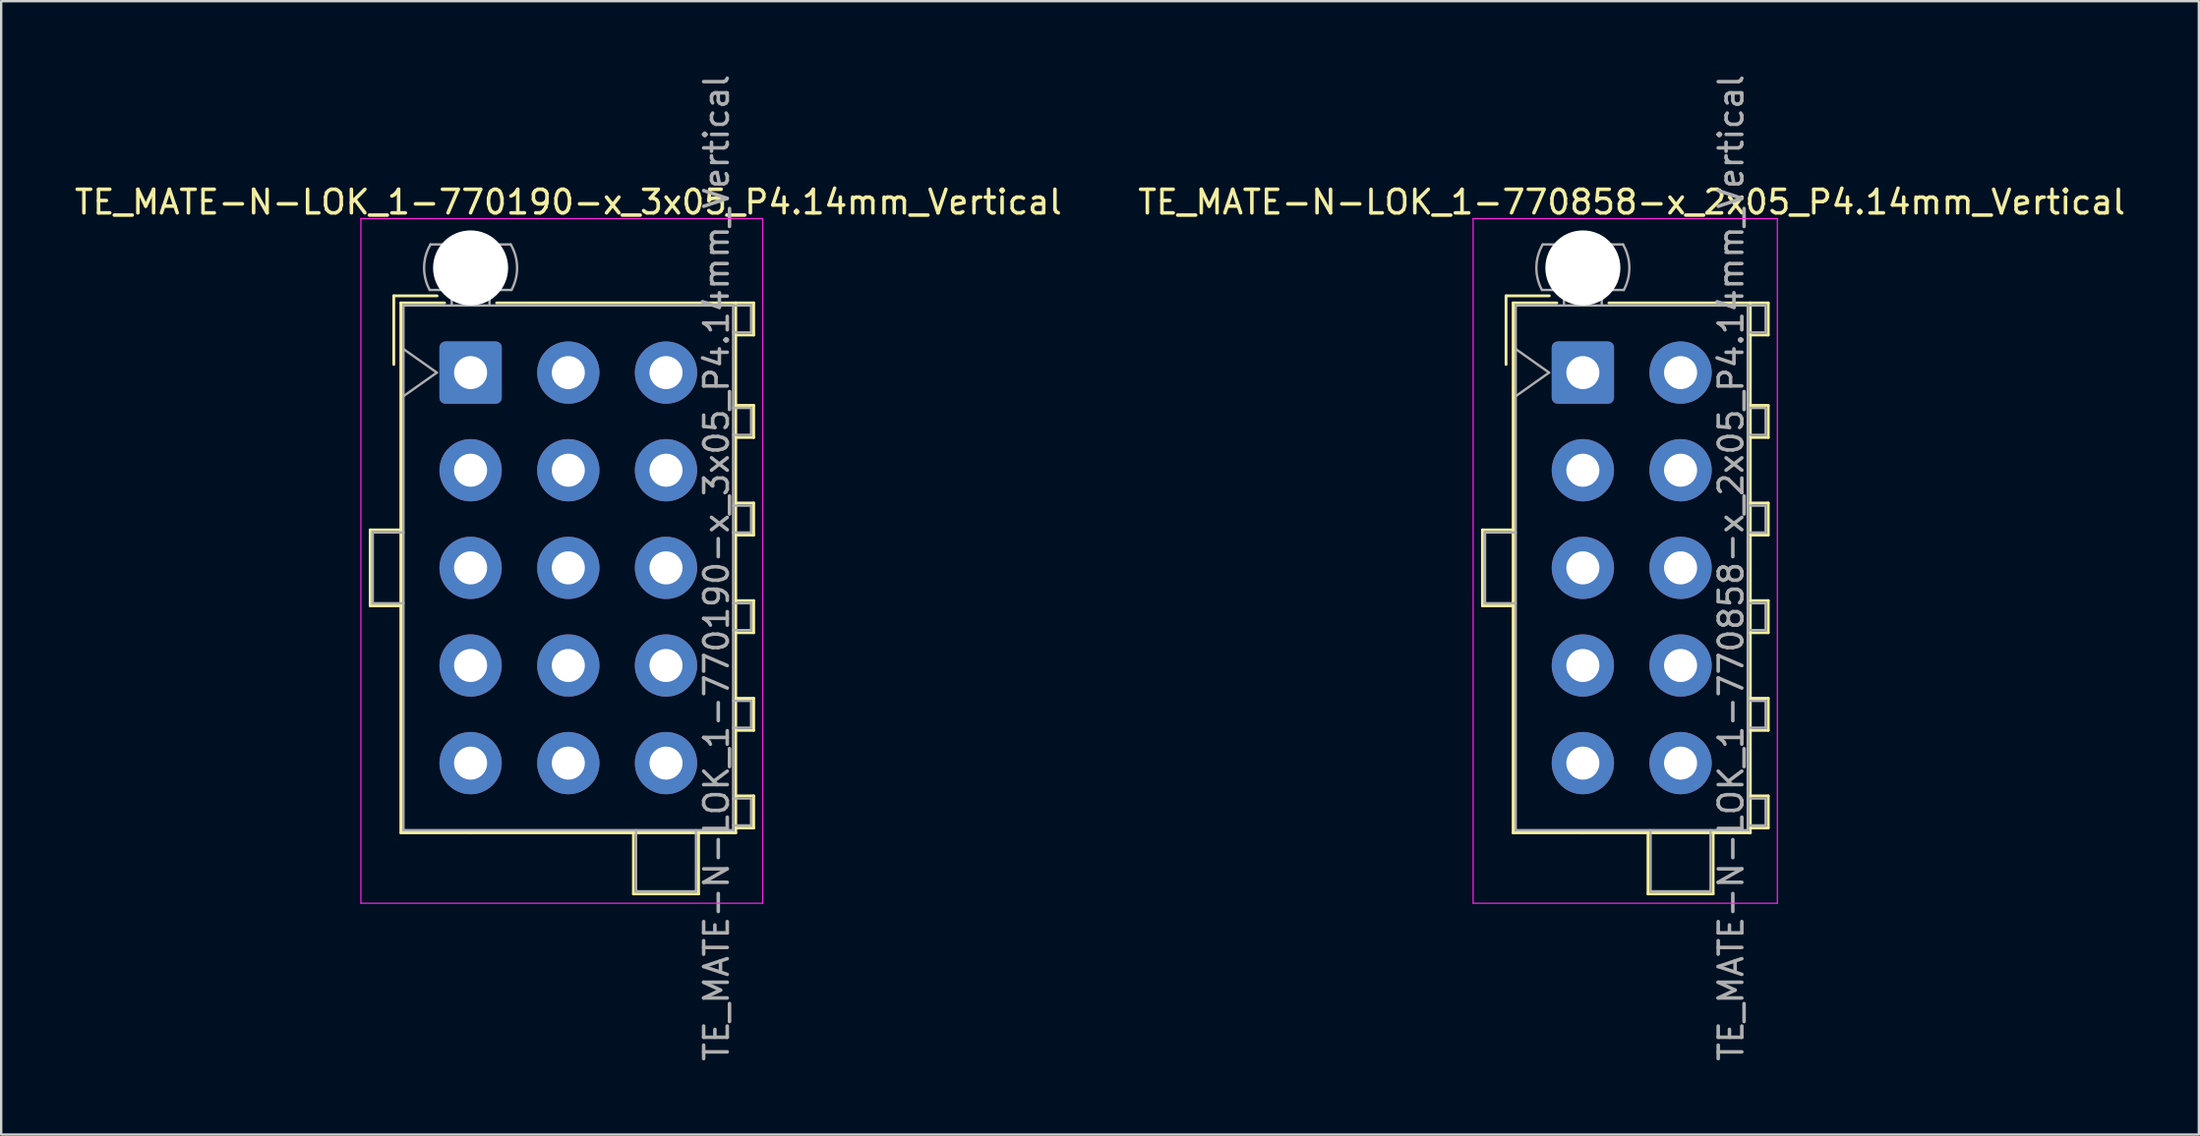
<source format=kicad_pcb>
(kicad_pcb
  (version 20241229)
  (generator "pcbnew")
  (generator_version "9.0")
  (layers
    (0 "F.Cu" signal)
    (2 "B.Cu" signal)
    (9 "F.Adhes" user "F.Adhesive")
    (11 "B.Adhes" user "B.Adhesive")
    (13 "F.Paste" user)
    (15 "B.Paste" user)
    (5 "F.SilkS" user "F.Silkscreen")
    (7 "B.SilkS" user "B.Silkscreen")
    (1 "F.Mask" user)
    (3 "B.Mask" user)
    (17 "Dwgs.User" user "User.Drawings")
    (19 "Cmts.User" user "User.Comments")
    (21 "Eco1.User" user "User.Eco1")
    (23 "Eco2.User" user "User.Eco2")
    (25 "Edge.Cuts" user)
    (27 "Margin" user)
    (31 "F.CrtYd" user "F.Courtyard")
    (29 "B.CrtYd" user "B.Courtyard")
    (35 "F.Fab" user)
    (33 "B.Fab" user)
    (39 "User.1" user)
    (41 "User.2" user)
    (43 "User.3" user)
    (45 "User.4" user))
  (footprint "TE_MATE-N-LOK_1-770858-x_2x05_P4.14mm_Vertical"
    (layer "F.Cu")
    (at 64.019 12.75)
    (property "Reference" "TE_MATE-N-LOK_1-770858-x_2x05_P4.14mm_Vertical" (at 2.07 -7.23 0) (layer "F.SilkS") (effects (font (size 1 1) (thickness 0.15))))
    (attr through_hole)
    (fp_line (start -4.255 6.67) (end -4.255 9.89) (stroke (width 0.12) (type solid)) (layer "F.SilkS"))
    (fp_line (start -4.255 9.89) (end -2.955 9.89) (stroke (width 0.12) (type solid)) (layer "F.SilkS"))
    (fp_line (start -3.255 -3.255) (end -3.255 -0.345) (stroke (width 0.12) (type solid)) (layer "F.SilkS"))
    (fp_line (start -2.955 -2.955) (end -2.955 19.515) (stroke (width 0.12) (type solid)) (layer "F.SilkS"))
    (fp_line (start -2.955 6.67) (end -4.255 6.67) (stroke (width 0.12) (type solid)) (layer "F.SilkS"))
    (fp_line (start -2.955 19.515) (end 0 19.515) (stroke (width 0.12) (type solid)) (layer "F.SilkS"))
    (fp_line (start -1.421 -3.255) (end -3.255 -3.255) (stroke (width 0.12) (type solid)) (layer "F.SilkS"))
    (fp_line (start -1.103 -2.955) (end -2.955 -2.955) (stroke (width 0.12) (type solid)) (layer "F.SilkS"))
    (fp_line (start 1.103 -2.955) (end 7.095 -2.955) (stroke (width 0.12) (type solid)) (layer "F.SilkS"))
    (fp_line (start 2.76 19.515) (end 2.76 22.106) (stroke (width 0.12) (type solid)) (layer "F.SilkS"))
    (fp_line (start 2.76 22.106) (end 5.52 22.106) (stroke (width 0.12) (type solid)) (layer "F.SilkS"))
    (fp_line (start 5.52 22.106) (end 5.52 19.515) (stroke (width 0.12) (type solid)) (layer "F.SilkS"))
    (fp_line (start 7.095 -2.955) (end 7.095 19.515) (stroke (width 0.12) (type solid)) (layer "F.SilkS"))
    (fp_line (start 7.095 -2.955) (end 7.855 -2.955) (stroke (width 0.12) (type solid)) (layer "F.SilkS"))
    (fp_line (start 7.095 1.39) (end 7.855 1.39) (stroke (width 0.12) (type solid)) (layer "F.SilkS"))
    (fp_line (start 7.095 5.53) (end 7.855 5.53) (stroke (width 0.12) (type solid)) (layer "F.SilkS"))
    (fp_line (start 7.095 9.67) (end 7.855 9.67) (stroke (width 0.12) (type solid)) (layer "F.SilkS"))
    (fp_line (start 7.095 13.81) (end 7.855 13.81) (stroke (width 0.12) (type solid)) (layer "F.SilkS"))
    (fp_line (start 7.095 17.95) (end 7.855 17.95) (stroke (width 0.12) (type solid)) (layer "F.SilkS"))
    (fp_line (start 7.095 19.515) (end 0 19.515) (stroke (width 0.12) (type solid)) (layer "F.SilkS"))
    (fp_line (start 7.855 -2.955) (end 7.855 -1.595) (stroke (width 0.12) (type solid)) (layer "F.SilkS"))
    (fp_line (start 7.855 -1.595) (end 7.095 -1.595) (stroke (width 0.12) (type solid)) (layer "F.SilkS"))
    (fp_line (start 7.855 1.39) (end 7.855 2.75) (stroke (width 0.12) (type solid)) (layer "F.SilkS"))
    (fp_line (start 7.855 2.75) (end 7.095 2.75) (stroke (width 0.12) (type solid)) (layer "F.SilkS"))
    (fp_line (start 7.855 5.53) (end 7.855 6.89) (stroke (width 0.12) (type solid)) (layer "F.SilkS"))
    (fp_line (start 7.855 6.89) (end 7.095 6.89) (stroke (width 0.12) (type solid)) (layer "F.SilkS"))
    (fp_line (start 7.855 9.67) (end 7.855 11.03) (stroke (width 0.12) (type solid)) (layer "F.SilkS"))
    (fp_line (start 7.855 11.03) (end 7.095 11.03) (stroke (width 0.12) (type solid)) (layer "F.SilkS"))
    (fp_line (start 7.855 13.81) (end 7.855 15.17) (stroke (width 0.12) (type solid)) (layer "F.SilkS"))
    (fp_line (start 7.855 15.17) (end 7.095 15.17) (stroke (width 0.12) (type solid)) (layer "F.SilkS"))
    (fp_line (start 7.855 17.95) (end 7.855 19.31) (stroke (width 0.12) (type solid)) (layer "F.SilkS"))
    (fp_line (start 7.855 19.31) (end 7.095 19.31) (stroke (width 0.12) (type solid)) (layer "F.SilkS"))
    (fp_line (start -4.65 -6.53) (end -4.65 22.5) (stroke (width 0.05) (type solid)) (layer "F.CrtYd"))
    (fp_line (start -4.65 22.5) (end 8.24 22.5) (stroke (width 0.05) (type solid)) (layer "F.CrtYd"))
    (fp_line (start 8.24 -6.53) (end -4.65 -6.53) (stroke (width 0.05) (type solid)) (layer "F.CrtYd"))
    (fp_line (start 8.24 22.5) (end 8.24 -6.53) (stroke (width 0.05) (type solid)) (layer "F.CrtYd"))
    (fp_line (start -4.145 6.78) (end -4.145 9.78) (stroke (width 0.1) (type solid)) (layer "F.Fab"))
    (fp_line (start -4.145 9.78) (end -2.845 9.78) (stroke (width 0.1) (type solid)) (layer "F.Fab"))
    (fp_line (start -2.845 -2.845) (end -2.845 19.405) (stroke (width 0.1) (type solid)) (layer "F.Fab"))
    (fp_line (start -2.845 -1) (end -1.431 0) (stroke (width 0.1) (type solid)) (layer "F.Fab"))
    (fp_line (start -2.845 6.78) (end -4.145 6.78) (stroke (width 0.1) (type solid)) (layer "F.Fab"))
    (fp_line (start -2.845 19.405) (end 6.985 19.405) (stroke (width 0.1) (type solid)) (layer "F.Fab"))
    (fp_line (start -1.431 0) (end -2.845 1) (stroke (width 0.1) (type solid)) (layer "F.Fab"))
    (fp_line (start -0.8 -2.845) (end -0.8 -3.505) (stroke (width 0.1) (type solid)) (layer "F.Fab"))
    (fp_line (start 0.8 -2.845) (end 0.8 -3.505) (stroke (width 0.1) (type solid)) (layer "F.Fab"))
    (fp_line (start 1.7 -5.436) (end -1.7 -5.436) (stroke (width 0.1) (type solid)) (layer "F.Fab"))
    (fp_line (start 1.734 -3.505) (end -1.734 -3.505) (stroke (width 0.1) (type solid)) (layer "F.Fab"))
    (fp_line (start 2.87 19.405) (end 2.87 21.996) (stroke (width 0.1) (type solid)) (layer "F.Fab"))
    (fp_line (start 2.87 21.996) (end 5.41 21.996) (stroke (width 0.1) (type solid)) (layer "F.Fab"))
    (fp_line (start 5.41 21.996) (end 5.41 19.405) (stroke (width 0.1) (type solid)) (layer "F.Fab"))
    (fp_line (start 6.985 -2.845) (end -2.845 -2.845) (stroke (width 0.1) (type solid)) (layer "F.Fab"))
    (fp_line (start 6.985 -2.845) (end 7.745 -2.845) (stroke (width 0.1) (type solid)) (layer "F.Fab"))
    (fp_line (start 6.985 1.5) (end 7.745 1.5) (stroke (width 0.1) (type solid)) (layer "F.Fab"))
    (fp_line (start 6.985 5.64) (end 7.745 5.64) (stroke (width 0.1) (type solid)) (layer "F.Fab"))
    (fp_line (start 6.985 9.78) (end 7.745 9.78) (stroke (width 0.1) (type solid)) (layer "F.Fab"))
    (fp_line (start 6.985 13.92) (end 7.745 13.92) (stroke (width 0.1) (type solid)) (layer "F.Fab"))
    (fp_line (start 6.985 18.06) (end 7.745 18.06) (stroke (width 0.1) (type solid)) (layer "F.Fab"))
    (fp_line (start 6.985 19.405) (end 6.985 -2.845) (stroke (width 0.1) (type solid)) (layer "F.Fab"))
    (fp_line (start 7.745 -2.845) (end 7.745 -1.705) (stroke (width 0.1) (type solid)) (layer "F.Fab"))
    (fp_line (start 7.745 -1.705) (end 6.985 -1.705) (stroke (width 0.1) (type solid)) (layer "F.Fab"))
    (fp_line (start 7.745 1.5) (end 7.745 2.64) (stroke (width 0.1) (type solid)) (layer "F.Fab"))
    (fp_line (start 7.745 2.64) (end 6.985 2.64) (stroke (width 0.1) (type solid)) (layer "F.Fab"))
    (fp_line (start 7.745 5.64) (end 7.745 6.78) (stroke (width 0.1) (type solid)) (layer "F.Fab"))
    (fp_line (start 7.745 6.78) (end 6.985 6.78) (stroke (width 0.1) (type solid)) (layer "F.Fab"))
    (fp_line (start 7.745 9.78) (end 7.745 10.92) (stroke (width 0.1) (type solid)) (layer "F.Fab"))
    (fp_line (start 7.745 10.92) (end 6.985 10.92) (stroke (width 0.1) (type solid)) (layer "F.Fab"))
    (fp_line (start 7.745 13.92) (end 7.745 15.06) (stroke (width 0.1) (type solid)) (layer "F.Fab"))
    (fp_line (start 7.745 15.06) (end 6.985 15.06) (stroke (width 0.1) (type solid)) (layer "F.Fab"))
    (fp_line (start 7.745 18.06) (end 7.745 19.2) (stroke (width 0.1) (type solid)) (layer "F.Fab"))
    (fp_line (start 7.745 19.2) (end 6.985 19.2) (stroke (width 0.1) (type solid)) (layer "F.Fab"))
    (fp_arc (start -1.733977 -3.505) (mid -1.96969 -4.474992) (end -1.699672 -5.436) (stroke (width 0.1) (type solid)) (layer "F.Fab"))
    (fp_arc (start 1.699672 -5.436) (mid 1.969689 -4.474992) (end 1.733977 -3.505) (stroke (width 0.1) (type solid)) (layer "F.Fab"))
    (fp_text user "${REFERENCE}" (at 6.28 8.28 90) (layer "F.Fab") (effects (font (size 1 1) (thickness 0.15))))
    (pad "" np_thru_hole circle (at 0 -4.44) (size 3.18 3.18) (drill 3.18) (layers "*.Cu" "*.Mask"))
    (pad "1" thru_hole roundrect (at 0 0) (size 2.64 2.64) (drill 1.4) (layers "*.Cu" "*.Mask") (roundrect_rratio 0.095))
    (pad "2" thru_hole circle (at 0 4.14) (size 2.64 2.64) (drill 1.4) (layers "*.Cu" "*.Mask"))
    (pad "3" thru_hole circle (at 0 8.28) (size 2.64 2.64) (drill 1.4) (layers "*.Cu" "*.Mask"))
    (pad "4" thru_hole circle (at 0 12.42) (size 2.64 2.64) (drill 1.4) (layers "*.Cu" "*.Mask"))
    (pad "5" thru_hole circle (at 0 16.56) (size 2.64 2.64) (drill 1.4) (layers "*.Cu" "*.Mask"))
    (pad "6" thru_hole circle (at 4.14 0) (size 2.64 2.64) (drill 1.4) (layers "*.Cu" "*.Mask"))
    (pad "7" thru_hole circle (at 4.14 4.14) (size 2.64 2.64) (drill 1.4) (layers "*.Cu" "*.Mask"))
    (pad "8" thru_hole circle (at 4.14 8.28) (size 2.64 2.64) (drill 1.4) (layers "*.Cu" "*.Mask"))
    (pad "9" thru_hole circle (at 4.14 12.42) (size 2.64 2.64) (drill 1.4) (layers "*.Cu" "*.Mask"))
    (pad "10" thru_hole circle (at 4.14 16.56) (size 2.64 2.64) (drill 1.4) (layers "*.Cu" "*.Mask")))
  (footprint "TE_MATE-N-LOK_1-770190-x_3x05_P4.14mm_Vertical"
    (layer "F.Cu")
    (at 16.89 12.75)
    (property "Reference" "TE_MATE-N-LOK_1-770190-x_3x05_P4.14mm_Vertical" (at 4.14 -7.23 0) (layer "F.SilkS") (effects (font (size 1 1) (thickness 0.15))))
    (attr through_hole)
    (fp_line (start -4.255 6.67) (end -4.255 9.89) (stroke (width 0.12) (type solid)) (layer "F.SilkS"))
    (fp_line (start -4.255 9.89) (end -2.955 9.89) (stroke (width 0.12) (type solid)) (layer "F.SilkS"))
    (fp_line (start -3.255 -3.255) (end -3.255 -0.345) (stroke (width 0.12) (type solid)) (layer "F.SilkS"))
    (fp_line (start -2.955 -2.955) (end -2.955 19.515) (stroke (width 0.12) (type solid)) (layer "F.SilkS"))
    (fp_line (start -2.955 6.67) (end -4.255 6.67) (stroke (width 0.12) (type solid)) (layer "F.SilkS"))
    (fp_line (start -2.955 19.515) (end 0 19.515) (stroke (width 0.12) (type solid)) (layer "F.SilkS"))
    (fp_line (start -1.421 -3.255) (end -3.255 -3.255) (stroke (width 0.12) (type solid)) (layer "F.SilkS"))
    (fp_line (start -1.103 -2.955) (end -2.955 -2.955) (stroke (width 0.12) (type solid)) (layer "F.SilkS"))
    (fp_line (start 1.103 -2.955) (end 11.235 -2.955) (stroke (width 0.12) (type solid)) (layer "F.SilkS"))
    (fp_line (start 6.9 19.515) (end 6.9 22.106) (stroke (width 0.12) (type solid)) (layer "F.SilkS"))
    (fp_line (start 6.9 22.106) (end 9.66 22.106) (stroke (width 0.12) (type solid)) (layer "F.SilkS"))
    (fp_line (start 9.66 22.106) (end 9.66 19.515) (stroke (width 0.12) (type solid)) (layer "F.SilkS"))
    (fp_line (start 11.235 -2.955) (end 11.235 19.515) (stroke (width 0.12) (type solid)) (layer "F.SilkS"))
    (fp_line (start 11.235 -2.955) (end 11.995 -2.955) (stroke (width 0.12) (type solid)) (layer "F.SilkS"))
    (fp_line (start 11.235 1.39) (end 11.995 1.39) (stroke (width 0.12) (type solid)) (layer "F.SilkS"))
    (fp_line (start 11.235 5.53) (end 11.995 5.53) (stroke (width 0.12) (type solid)) (layer "F.SilkS"))
    (fp_line (start 11.235 9.67) (end 11.995 9.67) (stroke (width 0.12) (type solid)) (layer "F.SilkS"))
    (fp_line (start 11.235 13.81) (end 11.995 13.81) (stroke (width 0.12) (type solid)) (layer "F.SilkS"))
    (fp_line (start 11.235 17.95) (end 11.995 17.95) (stroke (width 0.12) (type solid)) (layer "F.SilkS"))
    (fp_line (start 11.235 19.515) (end 0 19.515) (stroke (width 0.12) (type solid)) (layer "F.SilkS"))
    (fp_line (start 11.995 -2.955) (end 11.995 -1.595) (stroke (width 0.12) (type solid)) (layer "F.SilkS"))
    (fp_line (start 11.995 -1.595) (end 11.235 -1.595) (stroke (width 0.12) (type solid)) (layer "F.SilkS"))
    (fp_line (start 11.995 1.39) (end 11.995 2.75) (stroke (width 0.12) (type solid)) (layer "F.SilkS"))
    (fp_line (start 11.995 2.75) (end 11.235 2.75) (stroke (width 0.12) (type solid)) (layer "F.SilkS"))
    (fp_line (start 11.995 5.53) (end 11.995 6.89) (stroke (width 0.12) (type solid)) (layer "F.SilkS"))
    (fp_line (start 11.995 6.89) (end 11.235 6.89) (stroke (width 0.12) (type solid)) (layer "F.SilkS"))
    (fp_line (start 11.995 9.67) (end 11.995 11.03) (stroke (width 0.12) (type solid)) (layer "F.SilkS"))
    (fp_line (start 11.995 11.03) (end 11.235 11.03) (stroke (width 0.12) (type solid)) (layer "F.SilkS"))
    (fp_line (start 11.995 13.81) (end 11.995 15.17) (stroke (width 0.12) (type solid)) (layer "F.SilkS"))
    (fp_line (start 11.995 15.17) (end 11.235 15.17) (stroke (width 0.12) (type solid)) (layer "F.SilkS"))
    (fp_line (start 11.995 17.95) (end 11.995 19.31) (stroke (width 0.12) (type solid)) (layer "F.SilkS"))
    (fp_line (start 11.995 19.31) (end 11.235 19.31) (stroke (width 0.12) (type solid)) (layer "F.SilkS"))
    (fp_line (start -4.65 -6.53) (end -4.65 22.5) (stroke (width 0.05) (type solid)) (layer "F.CrtYd"))
    (fp_line (start -4.65 22.5) (end 12.38 22.5) (stroke (width 0.05) (type solid)) (layer "F.CrtYd"))
    (fp_line (start 12.38 -6.53) (end -4.65 -6.53) (stroke (width 0.05) (type solid)) (layer "F.CrtYd"))
    (fp_line (start 12.38 22.5) (end 12.38 -6.53) (stroke (width 0.05) (type solid)) (layer "F.CrtYd"))
    (fp_line (start -4.145 6.78) (end -4.145 9.78) (stroke (width 0.1) (type solid)) (layer "F.Fab"))
    (fp_line (start -4.145 9.78) (end -2.845 9.78) (stroke (width 0.1) (type solid)) (layer "F.Fab"))
    (fp_line (start -2.845 -2.845) (end -2.845 19.405) (stroke (width 0.1) (type solid)) (layer "F.Fab"))
    (fp_line (start -2.845 -1) (end -1.431 0) (stroke (width 0.1) (type solid)) (layer "F.Fab"))
    (fp_line (start -2.845 6.78) (end -4.145 6.78) (stroke (width 0.1) (type solid)) (layer "F.Fab"))
    (fp_line (start -2.845 19.405) (end 11.125 19.405) (stroke (width 0.1) (type solid)) (layer "F.Fab"))
    (fp_line (start -1.431 0) (end -2.845 1) (stroke (width 0.1) (type solid)) (layer "F.Fab"))
    (fp_line (start -0.8 -2.845) (end -0.8 -3.505) (stroke (width 0.1) (type solid)) (layer "F.Fab"))
    (fp_line (start 0.8 -2.845) (end 0.8 -3.505) (stroke (width 0.1) (type solid)) (layer "F.Fab"))
    (fp_line (start 1.7 -5.436) (end -1.7 -5.436) (stroke (width 0.1) (type solid)) (layer "F.Fab"))
    (fp_line (start 1.734 -3.505) (end -1.734 -3.505) (stroke (width 0.1) (type solid)) (layer "F.Fab"))
    (fp_line (start 7.01 19.405) (end 7.01 21.996) (stroke (width 0.1) (type solid)) (layer "F.Fab"))
    (fp_line (start 7.01 21.996) (end 9.55 21.996) (stroke (width 0.1) (type solid)) (layer "F.Fab"))
    (fp_line (start 9.55 21.996) (end 9.55 19.405) (stroke (width 0.1) (type solid)) (layer "F.Fab"))
    (fp_line (start 11.125 -2.845) (end -2.845 -2.845) (stroke (width 0.1) (type solid)) (layer "F.Fab"))
    (fp_line (start 11.125 -2.845) (end 11.885 -2.845) (stroke (width 0.1) (type solid)) (layer "F.Fab"))
    (fp_line (start 11.125 1.5) (end 11.885 1.5) (stroke (width 0.1) (type solid)) (layer "F.Fab"))
    (fp_line (start 11.125 5.64) (end 11.885 5.64) (stroke (width 0.1) (type solid)) (layer "F.Fab"))
    (fp_line (start 11.125 9.78) (end 11.885 9.78) (stroke (width 0.1) (type solid)) (layer "F.Fab"))
    (fp_line (start 11.125 13.92) (end 11.885 13.92) (stroke (width 0.1) (type solid)) (layer "F.Fab"))
    (fp_line (start 11.125 18.06) (end 11.885 18.06) (stroke (width 0.1) (type solid)) (layer "F.Fab"))
    (fp_line (start 11.125 19.405) (end 11.125 -2.845) (stroke (width 0.1) (type solid)) (layer "F.Fab"))
    (fp_line (start 11.885 -2.845) (end 11.885 -1.705) (stroke (width 0.1) (type solid)) (layer "F.Fab"))
    (fp_line (start 11.885 -1.705) (end 11.125 -1.705) (stroke (width 0.1) (type solid)) (layer "F.Fab"))
    (fp_line (start 11.885 1.5) (end 11.885 2.64) (stroke (width 0.1) (type solid)) (layer "F.Fab"))
    (fp_line (start 11.885 2.64) (end 11.125 2.64) (stroke (width 0.1) (type solid)) (layer "F.Fab"))
    (fp_line (start 11.885 5.64) (end 11.885 6.78) (stroke (width 0.1) (type solid)) (layer "F.Fab"))
    (fp_line (start 11.885 6.78) (end 11.125 6.78) (stroke (width 0.1) (type solid)) (layer "F.Fab"))
    (fp_line (start 11.885 9.78) (end 11.885 10.92) (stroke (width 0.1) (type solid)) (layer "F.Fab"))
    (fp_line (start 11.885 10.92) (end 11.125 10.92) (stroke (width 0.1) (type solid)) (layer "F.Fab"))
    (fp_line (start 11.885 13.92) (end 11.885 15.06) (stroke (width 0.1) (type solid)) (layer "F.Fab"))
    (fp_line (start 11.885 15.06) (end 11.125 15.06) (stroke (width 0.1) (type solid)) (layer "F.Fab"))
    (fp_line (start 11.885 18.06) (end 11.885 19.2) (stroke (width 0.1) (type solid)) (layer "F.Fab"))
    (fp_line (start 11.885 19.2) (end 11.125 19.2) (stroke (width 0.1) (type solid)) (layer "F.Fab"))
    (fp_arc (start -1.733977 -3.505) (mid -1.96969 -4.474992) (end -1.699672 -5.436) (stroke (width 0.1) (type solid)) (layer "F.Fab"))
    (fp_arc (start 1.699672 -5.436) (mid 1.969689 -4.474992) (end 1.733977 -3.505) (stroke (width 0.1) (type solid)) (layer "F.Fab"))
    (fp_text user "${REFERENCE}" (at 10.42 8.28 90) (layer "F.Fab") (effects (font (size 1 1) (thickness 0.15))))
    (pad "" np_thru_hole circle (at 0 -4.44) (size 3.18 3.18) (drill 3.18) (layers "*.Cu" "*.Mask"))
    (pad "1" thru_hole roundrect (at 0 0) (size 2.64 2.64) (drill 1.4) (layers "*.Cu" "*.Mask") (roundrect_rratio 0.095))
    (pad "2" thru_hole circle (at 0 4.14) (size 2.64 2.64) (drill 1.4) (layers "*.Cu" "*.Mask"))
    (pad "3" thru_hole circle (at 0 8.28) (size 2.64 2.64) (drill 1.4) (layers "*.Cu" "*.Mask"))
    (pad "4" thru_hole circle (at 0 12.42) (size 2.64 2.64) (drill 1.4) (layers "*.Cu" "*.Mask"))
    (pad "5" thru_hole circle (at 0 16.56) (size 2.64 2.64) (drill 1.4) (layers "*.Cu" "*.Mask"))
    (pad "6" thru_hole circle (at 4.14 0) (size 2.64 2.64) (drill 1.4) (layers "*.Cu" "*.Mask"))
    (pad "7" thru_hole circle (at 4.14 4.14) (size 2.64 2.64) (drill 1.4) (layers "*.Cu" "*.Mask"))
    (pad "8" thru_hole circle (at 4.14 8.28) (size 2.64 2.64) (drill 1.4) (layers "*.Cu" "*.Mask"))
    (pad "9" thru_hole circle (at 4.14 12.42) (size 2.64 2.64) (drill 1.4) (layers "*.Cu" "*.Mask"))
    (pad "10" thru_hole circle (at 4.14 16.56) (size 2.64 2.64) (drill 1.4) (layers "*.Cu" "*.Mask"))
    (pad "11" thru_hole circle (at 8.28 0) (size 2.64 2.64) (drill 1.4) (layers "*.Cu" "*.Mask"))
    (pad "12" thru_hole circle (at 8.28 4.14) (size 2.64 2.64) (drill 1.4) (layers "*.Cu" "*.Mask"))
    (pad "13" thru_hole circle (at 8.28 8.28) (size 2.64 2.64) (drill 1.4) (layers "*.Cu" "*.Mask"))
    (pad "14" thru_hole circle (at 8.28 12.42) (size 2.64 2.64) (drill 1.4) (layers "*.Cu" "*.Mask"))
    (pad "15" thru_hole circle (at 8.28 16.56) (size 2.64 2.64) (drill 1.4) (layers "*.Cu" "*.Mask")))
  (gr_rect
    (start -3 -3)
    (end 90.119 45.06)
    (stroke (width 0.1) (type default))
    (fill no)
    (layer "Edge.Cuts")))
</source>
